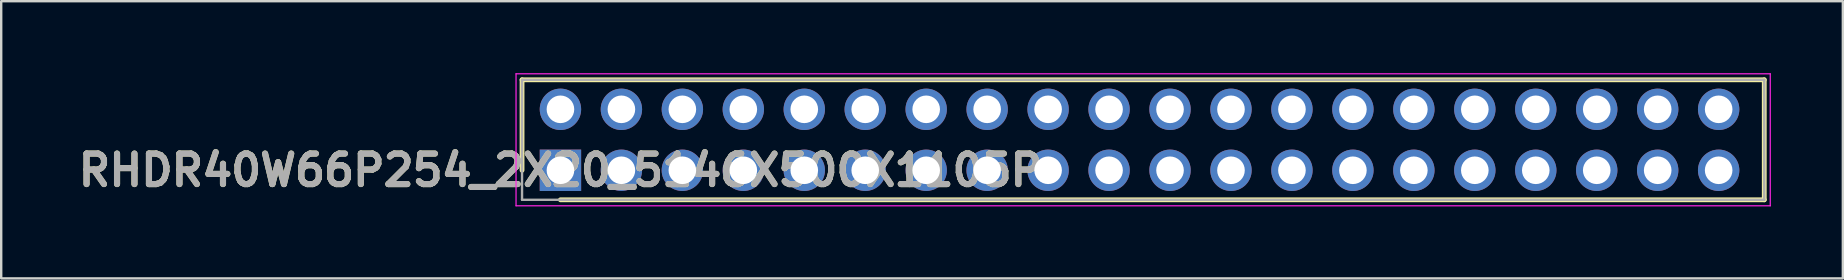
<source format=kicad_pcb>
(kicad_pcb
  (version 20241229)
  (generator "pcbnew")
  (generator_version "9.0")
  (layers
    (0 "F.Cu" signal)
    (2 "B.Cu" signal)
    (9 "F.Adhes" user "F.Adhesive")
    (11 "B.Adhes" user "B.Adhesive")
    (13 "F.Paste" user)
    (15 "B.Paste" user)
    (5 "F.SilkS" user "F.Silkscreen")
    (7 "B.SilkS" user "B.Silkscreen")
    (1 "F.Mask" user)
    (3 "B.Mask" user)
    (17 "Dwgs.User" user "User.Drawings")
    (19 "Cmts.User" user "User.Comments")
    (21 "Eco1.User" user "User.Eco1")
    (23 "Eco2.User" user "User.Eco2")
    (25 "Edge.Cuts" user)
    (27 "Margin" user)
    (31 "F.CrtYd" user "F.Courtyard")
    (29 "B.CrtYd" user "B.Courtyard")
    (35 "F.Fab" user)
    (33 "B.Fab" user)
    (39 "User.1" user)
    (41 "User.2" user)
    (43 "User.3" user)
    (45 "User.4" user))
  (footprint "RHDR40W66P254_2X20_5146X500X1105P"
    (layer "F.Cu")
    (at 20.302 4.045)
    (property "Reference" "RHDR40W66P254_2X20_5146X500X1105P" (at 0 0 0) (layer "F.SilkS") (effects (font (size 1.27 1.27) (thickness 0.254))))
    (attr through_hole)
    (fp_line (start -1.6 -3.77) (end -1.6 0) (stroke (width 0.2) (type solid)) (layer "F.SilkS"))
    (fp_line (start 0 1.23) (end 50.16 1.23) (stroke (width 0.2) (type solid)) (layer "F.SilkS"))
    (fp_line (start 50.16 -3.77) (end -1.6 -3.77) (stroke (width 0.2) (type solid)) (layer "F.SilkS"))
    (fp_line (start 50.16 1.23) (end 50.16 -3.77) (stroke (width 0.2) (type solid)) (layer "F.SilkS"))
    (fp_line (start -1.85 -4.02) (end 50.41 -4.02) (stroke (width 0.05) (type solid)) (layer "F.CrtYd"))
    (fp_line (start -1.85 1.48) (end -1.85 -4.02) (stroke (width 0.05) (type solid)) (layer "F.CrtYd"))
    (fp_line (start 50.41 -4.02) (end 50.41 1.48) (stroke (width 0.05) (type solid)) (layer "F.CrtYd"))
    (fp_line (start 50.41 1.48) (end -1.85 1.48) (stroke (width 0.05) (type solid)) (layer "F.CrtYd"))
    (fp_line (start -1.6 -3.77) (end 50.16 -3.77) (stroke (width 0.1) (type solid)) (layer "F.Fab"))
    (fp_line (start -1.6 1.23) (end -1.6 -3.77) (stroke (width 0.1) (type solid)) (layer "F.Fab"))
    (fp_line (start 50.16 -3.77) (end 50.16 1.23) (stroke (width 0.1) (type solid)) (layer "F.Fab"))
    (fp_line (start 50.16 1.23) (end -1.6 1.23) (stroke (width 0.1) (type solid)) (layer "F.Fab"))
    (fp_text user "${REFERENCE}" (at 0 0 0) (layer "F.Fab") (effects (font (size 1.27 1.27) (thickness 0.254))))
    (pad "1" thru_hole rect (at 0 0) (size 1.725 1.725) (drill 1.15) (layers "*.Cu" "*.Mask"))
    (pad "2" thru_hole circle (at 0 -2.54) (size 1.725 1.725) (drill 1.15) (layers "*.Cu" "*.Mask"))
    (pad "3" thru_hole circle (at 2.54 0) (size 1.725 1.725) (drill 1.15) (layers "*.Cu" "*.Mask"))
    (pad "4" thru_hole circle (at 2.54 -2.54) (size 1.725 1.725) (drill 1.15) (layers "*.Cu" "*.Mask"))
    (pad "5" thru_hole circle (at 5.08 0) (size 1.725 1.725) (drill 1.15) (layers "*.Cu" "*.Mask"))
    (pad "6" thru_hole circle (at 5.08 -2.54) (size 1.725 1.725) (drill 1.15) (layers "*.Cu" "*.Mask"))
    (pad "7" thru_hole circle (at 7.62 0) (size 1.725 1.725) (drill 1.15) (layers "*.Cu" "*.Mask"))
    (pad "8" thru_hole circle (at 7.62 -2.54) (size 1.725 1.725) (drill 1.15) (layers "*.Cu" "*.Mask"))
    (pad "9" thru_hole circle (at 10.16 0) (size 1.725 1.725) (drill 1.15) (layers "*.Cu" "*.Mask"))
    (pad "10" thru_hole circle (at 10.16 -2.54) (size 1.725 1.725) (drill 1.15) (layers "*.Cu" "*.Mask"))
    (pad "11" thru_hole circle (at 12.7 0) (size 1.725 1.725) (drill 1.15) (layers "*.Cu" "*.Mask"))
    (pad "12" thru_hole circle (at 12.7 -2.54) (size 1.725 1.725) (drill 1.15) (layers "*.Cu" "*.Mask"))
    (pad "13" thru_hole circle (at 15.24 0) (size 1.725 1.725) (drill 1.15) (layers "*.Cu" "*.Mask"))
    (pad "14" thru_hole circle (at 15.24 -2.54) (size 1.725 1.725) (drill 1.15) (layers "*.Cu" "*.Mask"))
    (pad "15" thru_hole circle (at 17.78 0) (size 1.725 1.725) (drill 1.15) (layers "*.Cu" "*.Mask"))
    (pad "16" thru_hole circle (at 17.78 -2.54) (size 1.725 1.725) (drill 1.15) (layers "*.Cu" "*.Mask"))
    (pad "17" thru_hole circle (at 20.32 0) (size 1.725 1.725) (drill 1.15) (layers "*.Cu" "*.Mask"))
    (pad "18" thru_hole circle (at 20.32 -2.54) (size 1.725 1.725) (drill 1.15) (layers "*.Cu" "*.Mask"))
    (pad "19" thru_hole circle (at 22.86 0) (size 1.725 1.725) (drill 1.15) (layers "*.Cu" "*.Mask"))
    (pad "20" thru_hole circle (at 22.86 -2.54) (size 1.725 1.725) (drill 1.15) (layers "*.Cu" "*.Mask"))
    (pad "21" thru_hole circle (at 25.4 0) (size 1.725 1.725) (drill 1.15) (layers "*.Cu" "*.Mask"))
    (pad "22" thru_hole circle (at 25.4 -2.54) (size 1.725 1.725) (drill 1.15) (layers "*.Cu" "*.Mask"))
    (pad "23" thru_hole circle (at 27.94 0) (size 1.725 1.725) (drill 1.15) (layers "*.Cu" "*.Mask"))
    (pad "24" thru_hole circle (at 27.94 -2.54) (size 1.725 1.725) (drill 1.15) (layers "*.Cu" "*.Mask"))
    (pad "25" thru_hole circle (at 30.48 0) (size 1.725 1.725) (drill 1.15) (layers "*.Cu" "*.Mask"))
    (pad "26" thru_hole circle (at 30.48 -2.54) (size 1.725 1.725) (drill 1.15) (layers "*.Cu" "*.Mask"))
    (pad "27" thru_hole circle (at 33.02 0) (size 1.725 1.725) (drill 1.15) (layers "*.Cu" "*.Mask"))
    (pad "28" thru_hole circle (at 33.02 -2.54) (size 1.725 1.725) (drill 1.15) (layers "*.Cu" "*.Mask"))
    (pad "29" thru_hole circle (at 35.56 0) (size 1.725 1.725) (drill 1.15) (layers "*.Cu" "*.Mask"))
    (pad "30" thru_hole circle (at 35.56 -2.54) (size 1.725 1.725) (drill 1.15) (layers "*.Cu" "*.Mask"))
    (pad "31" thru_hole circle (at 38.1 0) (size 1.725 1.725) (drill 1.15) (layers "*.Cu" "*.Mask"))
    (pad "32" thru_hole circle (at 38.1 -2.54) (size 1.725 1.725) (drill 1.15) (layers "*.Cu" "*.Mask"))
    (pad "33" thru_hole circle (at 40.64 0) (size 1.725 1.725) (drill 1.15) (layers "*.Cu" "*.Mask"))
    (pad "34" thru_hole circle (at 40.64 -2.54) (size 1.725 1.725) (drill 1.15) (layers "*.Cu" "*.Mask"))
    (pad "35" thru_hole circle (at 43.18 0) (size 1.725 1.725) (drill 1.15) (layers "*.Cu" "*.Mask"))
    (pad "36" thru_hole circle (at 43.18 -2.54) (size 1.725 1.725) (drill 1.15) (layers "*.Cu" "*.Mask"))
    (pad "37" thru_hole circle (at 45.72 0) (size 1.725 1.725) (drill 1.15) (layers "*.Cu" "*.Mask"))
    (pad "38" thru_hole circle (at 45.72 -2.54) (size 1.725 1.725) (drill 1.15) (layers "*.Cu" "*.Mask"))
    (pad "39" thru_hole circle (at 48.26 0) (size 1.725 1.725) (drill 1.15) (layers "*.Cu" "*.Mask"))
    (pad "40" thru_hole circle (at 48.26 -2.54) (size 1.725 1.725) (drill 1.15) (layers "*.Cu" "*.Mask")))
  (gr_rect
    (start -3 -3)
    (end 73.737 8.55)
    (stroke (width 0.1) (type default))
    (fill no)
    (layer "Edge.Cuts")))
</source>
